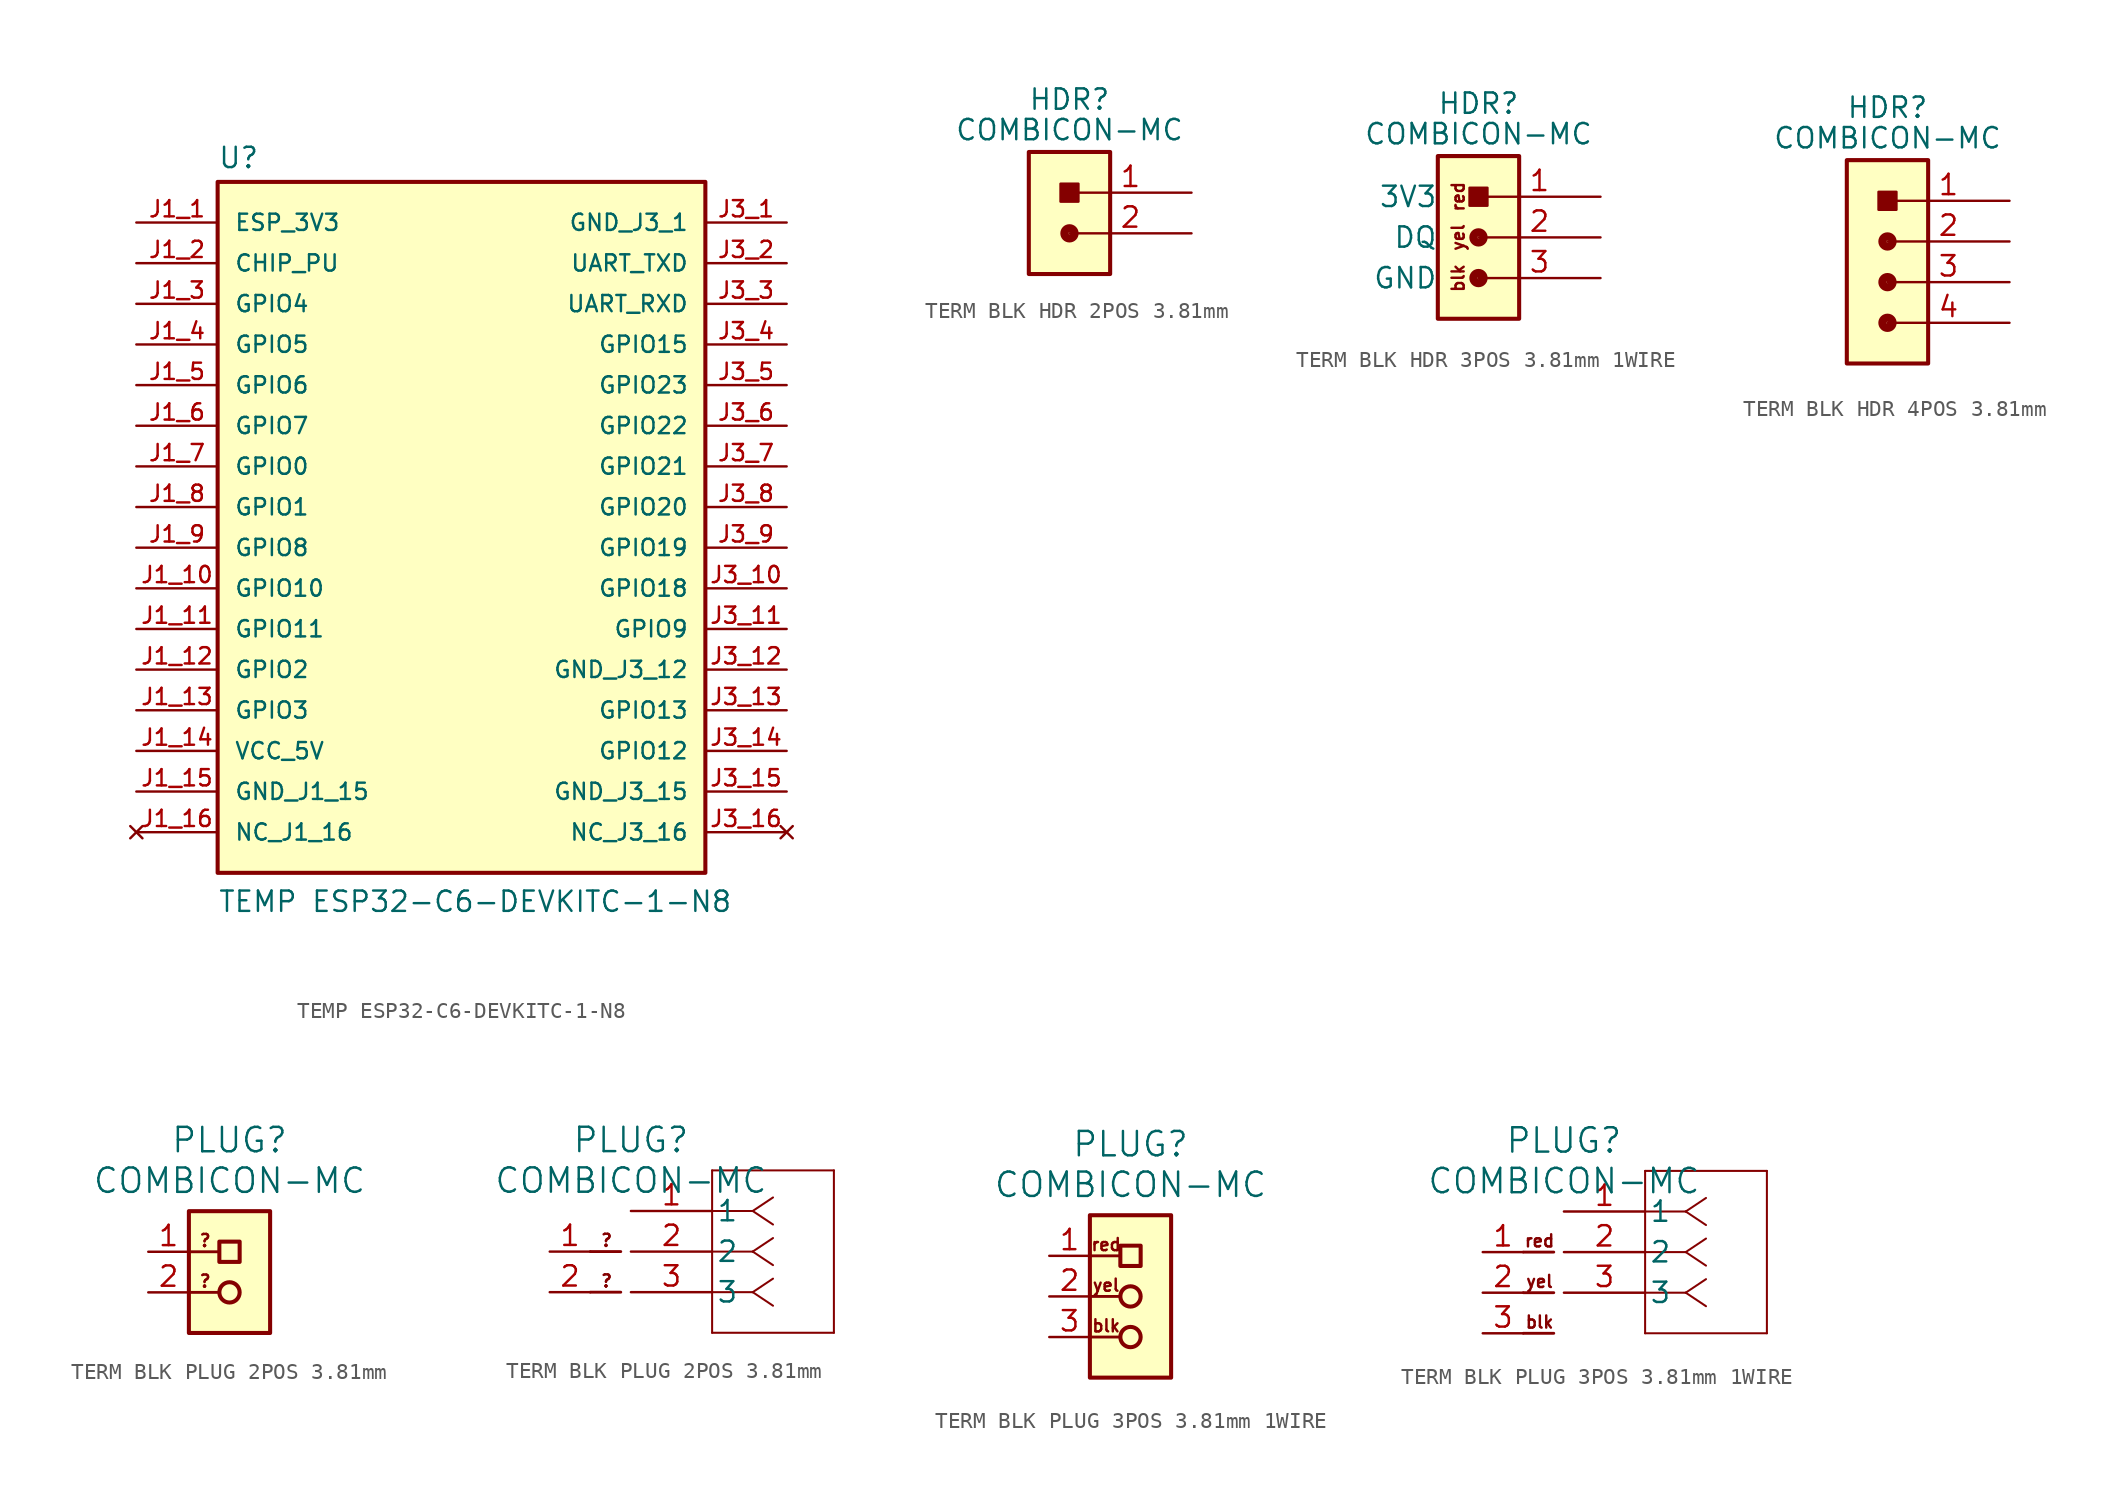
<source format=kicad_sym>
(kicad_symbol_lib
  (version 20241209)
  (generator "kicad_symbol_editor")
  (generator_version "9.0")
  (symbol "TEMP ESP32-C6-DEVKITC-1-N8"
    (pin_names
      (offset 1.016))
    (property "Reference" "U"
      (at -15.24 23.622 0)
      (effects (font (size 1.27 1.27)) (justify left bottom)))
    (property "Value" "TEMP ESP32-C6-DEVKITC-1-N8"
      (at -15.24 -22.86 0)
      (effects (font (size 1.27 1.27)) (justify left bottom)))
    (symbol "TEMP ESP32-C6-DEVKITC-1-N8_0_0"
      (rectangle (start -15.24 -20.32) (end 15.24 22.86) (stroke (width 0.254) (type default)) (fill (type background)))
      (pin power_in line (at -20.32 20.32 0) (length 5.08) (name "ESP_3V3" (effects (font (size 1.016 1.016)))) (number "J1_1" (effects (font (size 1.016 1.016)))))
      (pin input line (at -20.32 17.78 0) (length 5.08) (name "CHIP_PU" (effects (font (size 1.016 1.016)))) (number "J1_2" (effects (font (size 1.016 1.016)))))
      (pin bidirectional line (at -20.32 15.24 0) (length 5.08) (name "GPIO4" (effects (font (size 1.016 1.016)))) (number "J1_3" (effects (font (size 1.016 1.016)))))
      (pin bidirectional line (at -20.32 12.7 0) (length 5.08) (name "GPIO5" (effects (font (size 1.016 1.016)))) (number "J1_4" (effects (font (size 1.016 1.016)))))
      (pin bidirectional line (at -20.32 10.16 0) (length 5.08) (name "GPIO6" (effects (font (size 1.016 1.016)))) (number "J1_5" (effects (font (size 1.016 1.016)))))
      (pin bidirectional line (at -20.32 7.62 0) (length 5.08) (name "GPIO7" (effects (font (size 1.016 1.016)))) (number "J1_6" (effects (font (size 1.016 1.016)))))
      (pin bidirectional line (at -20.32 5.08 0) (length 5.08) (name "GPIO0" (effects (font (size 1.016 1.016)))) (number "J1_7" (effects (font (size 1.016 1.016)))))
      (pin bidirectional line (at -20.32 2.54 0) (length 5.08) (name "GPIO1" (effects (font (size 1.016 1.016)))) (number "J1_8" (effects (font (size 1.016 1.016)))))
      (pin bidirectional line (at -20.32 0 0) (length 5.08) (name "GPIO8" (effects (font (size 1.016 1.016)))) (number "J1_9" (effects (font (size 1.016 1.016)))))
      (pin bidirectional line (at -20.32 -2.54 0) (length 5.08) (name "GPIO10" (effects (font (size 1.016 1.016)))) (number "J1_10" (effects (font (size 1.016 1.016)))))
      (pin bidirectional line (at -20.32 -5.08 0) (length 5.08) (name "GPIO11" (effects (font (size 1.016 1.016)))) (number "J1_11" (effects (font (size 1.016 1.016)))))
      (pin bidirectional line (at -20.32 -7.62 0) (length 5.08) (name "GPIO2" (effects (font (size 1.016 1.016)))) (number "J1_12" (effects (font (size 1.016 1.016)))))
      (pin bidirectional line (at -20.32 -10.16 0) (length 5.08) (name "GPIO3" (effects (font (size 1.016 1.016)))) (number "J1_13" (effects (font (size 1.016 1.016)))))
      (pin power_in line (at -20.32 -12.7 0) (length 5.08) (name "VCC_5V" (effects (font (size 1.016 1.016)))) (number "J1_14" (effects (font (size 1.016 1.016)))))
      (pin power_in line (at -20.32 -15.24 0) (length 5.08) (name "GND_J1_15" (effects (font (size 1.016 1.016)))) (number "J1_15" (effects (font (size 1.016 1.016)))))
      (pin no_connect line (at -20.32 -17.78 0) (length 5.08) (name "NC_J1_16" (effects (font (size 1.016 1.016)))) (number "J1_16" (effects (font (size 1.016 1.016)))))
      (pin power_in line (at 20.32 20.32 180) (length 5.08) (name "GND_J3_1" (effects (font (size 1.016 1.016)))) (number "J3_1" (effects (font (size 1.016 1.016)))))
      (pin bidirectional line (at 20.32 17.78 180) (length 5.08) (name "UART_TXD" (effects (font (size 1.016 1.016)))) (number "J3_2" (effects (font (size 1.016 1.016)))))
      (pin bidirectional line (at 20.32 15.24 180) (length 5.08) (name "UART_RXD" (effects (font (size 1.016 1.016)))) (number "J3_3" (effects (font (size 1.016 1.016)))))
      (pin bidirectional line (at 20.32 12.7 180) (length 5.08) (name "GPIO15" (effects (font (size 1.016 1.016)))) (number "J3_4" (effects (font (size 1.016 1.016)))))
      (pin bidirectional line (at 20.32 10.16 180) (length 5.08) (name "GPIO23" (effects (font (size 1.016 1.016)))) (number "J3_5" (effects (font (size 1.016 1.016)))))
      (pin bidirectional line (at 20.32 7.62 180) (length 5.08) (name "GPIO22" (effects (font (size 1.016 1.016)))) (number "J3_6" (effects (font (size 1.016 1.016)))))
      (pin bidirectional line (at 20.32 5.08 180) (length 5.08) (name "GPIO21" (effects (font (size 1.016 1.016)))) (number "J3_7" (effects (font (size 1.016 1.016)))))
      (pin bidirectional line (at 20.32 2.54 180) (length 5.08) (name "GPIO20" (effects (font (size 1.016 1.016)))) (number "J3_8" (effects (font (size 1.016 1.016)))))
      (pin bidirectional line (at 20.32 0 180) (length 5.08) (name "GPIO19" (effects (font (size 1.016 1.016)))) (number "J3_9" (effects (font (size 1.016 1.016)))))
      (pin bidirectional line (at 20.32 -2.54 180) (length 5.08) (name "GPIO18" (effects (font (size 1.016 1.016)))) (number "J3_10" (effects (font (size 1.016 1.016)))))
      (pin bidirectional line (at 20.32 -5.08 180) (length 5.08) (name "GPIO9" (effects (font (size 1.016 1.016)))) (number "J3_11" (effects (font (size 1.016 1.016)))))
      (pin power_in line (at 20.32 -7.62 180) (length 5.08) (name "GND_J3_12" (effects (font (size 1.016 1.016)))) (number "J3_12" (effects (font (size 1.016 1.016)))))
      (pin bidirectional line (at 20.32 -10.16 180) (length 5.08) (name "GPIO13" (effects (font (size 1.016 1.016)))) (number "J3_13" (effects (font (size 1.016 1.016)))))
      (pin bidirectional line (at 20.32 -12.7 180) (length 5.08) (name "GPIO12" (effects (font (size 1.016 1.016)))) (number "J3_14" (effects (font (size 1.016 1.016)))))
      (pin power_in line (at 20.32 -15.24 180) (length 5.08) (name "GND_J3_15" (effects (font (size 1.016 1.016)))) (number "J3_15" (effects (font (size 1.016 1.016)))))
      (pin no_connect line (at 20.32 -17.78 180) (length 5.08) (name "NC_J3_16" (effects (font (size 1.016 1.016)))) (number "J3_16" (effects (font (size 1.016 1.016)))))))
  (symbol "TERM BLK HDR 2POS 3.81mm"
    (pin_names
      (offset 2.54))
    (property "Reference" "HDR"
      (at 2.54 2.54 0)
      (effects (font (size 1.27 1.27)) (justify bottom)))
    (property "Value" "COMBICON-MC"
      (at 2.54 0.635 0)
      (effects (font (size 1.27 1.27)) (justify bottom)))
    (symbol "TERM BLK HDR 2POS 3.81mm_1_0"
      (circle (center 2.54 -5.08) (radius 0.318) (stroke (width 0.508) (type solid)) (fill (type none)))
      (rectangle (start 3.099 -3.099) (end 1.981 -1.981) (stroke (width 0) (type default)) (fill (type outline)))
      (pin unspecified line (at 10.16 -2.54 180) (length 7.62) (name "" (effects (font (size 1.27 1.27)))) (number "1" (effects (font (size 1.27 1.27)))))
      (pin unspecified line (at 10.16 -5.08 180) (length 7.62) (name "" (effects (font (size 1.27 1.27)))) (number "2" (effects (font (size 1.27 1.27))))))
    (symbol "TERM BLK HDR 2POS 3.81mm_1_1"
      (rectangle (start 0 0) (end 5.08 -7.62) (stroke (width 0.254) (type default)) (fill (type background)))))
  (symbol "TERM BLK HDR 3POS 3.81mm 1WIRE"
    (pin_names
      (offset 2.54))
    (property "Reference" "HDR"
      (at 2.54 2.54 0)
      (effects (font (size 1.27 1.27)) (justify bottom)))
    (property "Value" "COMBICON-MC"
      (at 2.54 0.635 0)
      (effects (font (size 1.27 1.27)) (justify bottom)))
    (symbol "TERM BLK HDR 3POS 3.81mm 1WIRE_1_0"
      (circle (center 2.54 -5.08) (radius 0.318) (stroke (width 0.508) (type solid)) (fill (type none)))
      (circle (center 2.54 -7.62) (radius 0.318) (stroke (width 0.508) (type solid)) (fill (type none)))
      (rectangle (start 3.099 -3.099) (end 1.981 -1.981) (stroke (width 0) (type default)) (fill (type outline)))
      (text "red" (at 1.27 -2.54 900) (effects (font (size 0.762 0.762))))
      (text "yel" (at 1.27 -5.08 900) (effects (font (size 0.762 0.762))))
      (text "blk" (at 1.27 -7.62 900) (effects (font (size 0.762 0.762))))
      (pin power_in line (at 10.16 -2.54 180) (length 7.62) (name "3V3" (effects (font (size 1.27 1.27)))) (number "1" (effects (font (size 1.27 1.27)))))
      (pin bidirectional line (at 10.16 -5.08 180) (length 7.62) (name "DQ" (effects (font (size 1.27 1.27)))) (number "2" (effects (font (size 1.27 1.27)))))
      (pin power_in line (at 10.16 -7.62 180) (length 7.62) (name "GND" (effects (font (size 1.27 1.27)))) (number "3" (effects (font (size 1.27 1.27))))))
    (symbol "TERM BLK HDR 3POS 3.81mm 1WIRE_1_1"
      (rectangle (start 0 0) (end 5.08 -10.16) (stroke (width 0.254) (type default)) (fill (type background)))))
  (symbol "TERM BLK HDR 4POS 3.81mm"
    (pin_names
      (offset 2.54))
    (property "Reference" "HDR"
      (at 2.54 2.54 0)
      (effects (font (size 1.27 1.27)) (justify bottom)))
    (property "Value" "COMBICON-MC"
      (at 2.54 0.635 0)
      (effects (font (size 1.27 1.27)) (justify bottom)))
    (symbol "TERM BLK HDR 4POS 3.81mm_1_0"
      (circle (center 2.54 -5.08) (radius 0.318) (stroke (width 0.508) (type solid)) (fill (type none)))
      (circle (center 2.54 -7.62) (radius 0.318) (stroke (width 0.508) (type solid)) (fill (type none)))
      (circle (center 2.54 -10.16) (radius 0.318) (stroke (width 0.508) (type solid)) (fill (type none)))
      (rectangle (start 3.099 -3.099) (end 1.981 -1.981) (stroke (width 0) (type default)) (fill (type outline)))
      (pin unspecified line (at 10.16 -2.54 180) (length 7.62) (name "" (effects (font (size 1.27 1.27)))) (number "1" (effects (font (size 1.27 1.27)))))
      (pin unspecified line (at 10.16 -5.08 180) (length 7.62) (name "" (effects (font (size 1.27 1.27)))) (number "2" (effects (font (size 1.27 1.27)))))
      (pin unspecified line (at 10.16 -7.62 180) (length 7.62) (name "" (effects (font (size 1.27 1.27)))) (number "3" (effects (font (size 1.27 1.27)))))
      (pin unspecified line (at 10.16 -10.16 180) (length 7.62) (name "" (effects (font (size 1.27 1.27)))) (number "4" (effects (font (size 1.27 1.27))))))
    (symbol "TERM BLK HDR 4POS 3.81mm_1_1"
      (rectangle (start 0 0) (end 5.08 -12.7) (stroke (width 0.254) (type default)) (fill (type background)))))
  (symbol "TERM BLK PLUG 2POS 3.81mm"
    (pin_names
      (offset 0.254))
    (property "Reference" "PLUG"
      (at 0 4.445 0)
      (effects (font (size 1.524 1.524))))
    (property "Value" "COMBICON-MC"
      (at 0 1.905 0)
      (effects (font (size 1.524 1.524))))
    (symbol "TERM BLK PLUG 2POS 3.81mm_0_1"
      (circle (center 0 -5.08) (radius 0.635) (stroke (width 0.254) (type default)) (fill (type none)))
      (rectangle (start 0.635 -1.905) (end -0.635 -3.175) (stroke (width 0.254) (type default)) (fill (type none))))
    (symbol "TERM BLK PLUG 2POS 3.81mm_1_0"
      (polyline (pts (xy -2.54 -2.54) (xy -0.635 -2.54)) (stroke (width 0.178) (type solid)) (fill (type none)))
      (polyline (pts (xy -2.54 -5.08) (xy -0.635 -5.08)) (stroke (width 0.178) (type solid)) (fill (type none)))
      (text "?" (at -1.524 -2.286 0) (effects (font (size 0.762 0.762)) (justify bottom)))
      (text "?" (at -1.524 -4.826 0) (effects (font (size 0.762 0.762)) (justify bottom)))
      (pin unspecified line (at -5.08 -2.54 0) (length 2.54) (name "" (effects (font (size 0 0)))) (number "1" (effects (font (size 1.27 1.27)))))
      (pin unspecified line (at -5.08 -5.08 0) (length 2.54) (name "" (effects (font (size 0 0)))) (number "2" (effects (font (size 1.27 1.27))))))
    (symbol "TERM BLK PLUG 2POS 3.81mm_1_1"
      (rectangle (start -2.54 0) (end 2.54 -7.62) (stroke (width 0.254) (type default)) (fill (type background))))
    (symbol "TERM BLK PLUG 2POS 3.81mm_1_2"
      (polyline (pts (xy 5.08 2.54) (xy 5.08 -7.62)) (stroke (width 0.127) (type default)) (fill (type none)))
      (polyline (pts (xy 5.08 -7.62) (xy 12.7 -7.62)) (stroke (width 0.127) (type default)) (fill (type none)))
      (polyline (pts (xy 7.62 0) (xy 5.08 0)) (stroke (width 0.127) (type default)) (fill (type none)))
      (polyline (pts (xy 7.62 0) (xy 8.89 0.847)) (stroke (width 0.127) (type default)) (fill (type none)))
      (polyline (pts (xy 7.62 0) (xy 8.89 -0.847)) (stroke (width 0.127) (type default)) (fill (type none)))
      (polyline (pts (xy 7.62 -2.54) (xy 5.08 -2.54)) (stroke (width 0.127) (type default)) (fill (type none)))
      (polyline (pts (xy 7.62 -2.54) (xy 8.89 -1.693)) (stroke (width 0.127) (type default)) (fill (type none)))
      (polyline (pts (xy 7.62 -2.54) (xy 8.89 -3.387)) (stroke (width 0.127) (type default)) (fill (type none)))
      (polyline (pts (xy 7.62 -5.08) (xy 5.08 -5.08)) (stroke (width 0.127) (type default)) (fill (type none)))
      (polyline (pts (xy 7.62 -5.08) (xy 8.89 -4.233)) (stroke (width 0.127) (type default)) (fill (type none)))
      (polyline (pts (xy 7.62 -5.08) (xy 8.89 -5.927)) (stroke (width 0.127) (type default)) (fill (type none)))
      (polyline (pts (xy 12.7 2.54) (xy 5.08 2.54)) (stroke (width 0.127) (type default)) (fill (type none)))
      (polyline (pts (xy 12.7 -7.62) (xy 12.7 2.54)) (stroke (width 0.127) (type default)) (fill (type none)))
      (pin unspecified line (at 0 0 0) (length 5.08) (name "1" (effects (font (size 1.27 1.27)))) (number "1" (effects (font (size 1.27 1.27)))))
      (pin unspecified line (at 0 -2.54 0) (length 5.08) (name "2" (effects (font (size 1.27 1.27)))) (number "2" (effects (font (size 1.27 1.27)))))
      (pin unspecified line (at 0 -5.08 0) (length 5.08) (name "3" (effects (font (size 1.27 1.27)))) (number "3" (effects (font (size 1.27 1.27)))))))
  (symbol "TERM BLK PLUG 3POS 3.81mm 1WIRE"
    (pin_names
      (offset 0.254))
    (property "Reference" "PLUG"
      (at 0 4.445 0)
      (effects (font (size 1.524 1.524))))
    (property "Value" "COMBICON-MC"
      (at 0 1.905 0)
      (effects (font (size 1.524 1.524))))
    (symbol "TERM BLK PLUG 3POS 3.81mm 1WIRE_0_1"
      (circle (center 0 -5.08) (radius 0.635) (stroke (width 0.254) (type default)) (fill (type none)))
      (circle (center 0 -7.62) (radius 0.635) (stroke (width 0.254) (type default)) (fill (type none)))
      (rectangle (start 0.635 -1.905) (end -0.635 -3.175) (stroke (width 0.254) (type default)) (fill (type none))))
    (symbol "TERM BLK PLUG 3POS 3.81mm 1WIRE_1_0"
      (polyline (pts (xy -2.54 -2.54) (xy -0.635 -2.54)) (stroke (width 0.178) (type solid)) (fill (type none)))
      (polyline (pts (xy -2.54 -5.08) (xy -0.635 -5.08)) (stroke (width 0.178) (type solid)) (fill (type none)))
      (polyline (pts (xy -2.54 -7.62) (xy -0.635 -7.62)) (stroke (width 0.178) (type solid)) (fill (type none)))
      (text "red" (at -1.524 -2.286 0) (effects (font (size 0.762 0.762)) (justify bottom)))
      (text "yel" (at -1.524 -4.826 0) (effects (font (size 0.762 0.762)) (justify bottom)))
      (text "blk" (at -1.524 -7.366 0) (effects (font (size 0.762 0.762)) (justify bottom)))
      (pin power_in line (at -5.08 -2.54 0) (length 2.54) (name "3V3" (effects (font (size 0 0)))) (number "1" (effects (font (size 1.27 1.27)))))
      (pin bidirectional line (at -5.08 -5.08 0) (length 2.54) (name "DQ" (effects (font (size 0 0)))) (number "2" (effects (font (size 1.27 1.27)))))
      (pin power_in line (at -5.08 -7.62 0) (length 2.54) (name "GND" (effects (font (size 0 0)))) (number "3" (effects (font (size 1.27 1.27))))))
    (symbol "TERM BLK PLUG 3POS 3.81mm 1WIRE_1_1"
      (rectangle (start 2.54 0) (end -2.54 -10.16) (stroke (width 0.254) (type default)) (fill (type background))))
    (symbol "TERM BLK PLUG 3POS 3.81mm 1WIRE_1_2"
      (polyline (pts (xy 5.08 2.54) (xy 5.08 -7.62)) (stroke (width 0.127) (type default)) (fill (type none)))
      (polyline (pts (xy 5.08 -7.62) (xy 12.7 -7.62)) (stroke (width 0.127) (type default)) (fill (type none)))
      (polyline (pts (xy 7.62 0) (xy 5.08 0)) (stroke (width 0.127) (type default)) (fill (type none)))
      (polyline (pts (xy 7.62 0) (xy 8.89 0.847)) (stroke (width 0.127) (type default)) (fill (type none)))
      (polyline (pts (xy 7.62 0) (xy 8.89 -0.847)) (stroke (width 0.127) (type default)) (fill (type none)))
      (polyline (pts (xy 7.62 -2.54) (xy 5.08 -2.54)) (stroke (width 0.127) (type default)) (fill (type none)))
      (polyline (pts (xy 7.62 -2.54) (xy 8.89 -1.693)) (stroke (width 0.127) (type default)) (fill (type none)))
      (polyline (pts (xy 7.62 -2.54) (xy 8.89 -3.387)) (stroke (width 0.127) (type default)) (fill (type none)))
      (polyline (pts (xy 7.62 -5.08) (xy 5.08 -5.08)) (stroke (width 0.127) (type default)) (fill (type none)))
      (polyline (pts (xy 7.62 -5.08) (xy 8.89 -4.233)) (stroke (width 0.127) (type default)) (fill (type none)))
      (polyline (pts (xy 7.62 -5.08) (xy 8.89 -5.927)) (stroke (width 0.127) (type default)) (fill (type none)))
      (polyline (pts (xy 12.7 2.54) (xy 5.08 2.54)) (stroke (width 0.127) (type default)) (fill (type none)))
      (polyline (pts (xy 12.7 -7.62) (xy 12.7 2.54)) (stroke (width 0.127) (type default)) (fill (type none)))
      (pin unspecified line (at 0 0 0) (length 5.08) (name "1" (effects (font (size 1.27 1.27)))) (number "1" (effects (font (size 1.27 1.27)))))
      (pin unspecified line (at 0 -2.54 0) (length 5.08) (name "2" (effects (font (size 1.27 1.27)))) (number "2" (effects (font (size 1.27 1.27)))))
      (pin unspecified line (at 0 -5.08 0) (length 5.08) (name "3" (effects (font (size 1.27 1.27)))) (number "3" (effects (font (size 1.27 1.27))))))))
</source>
